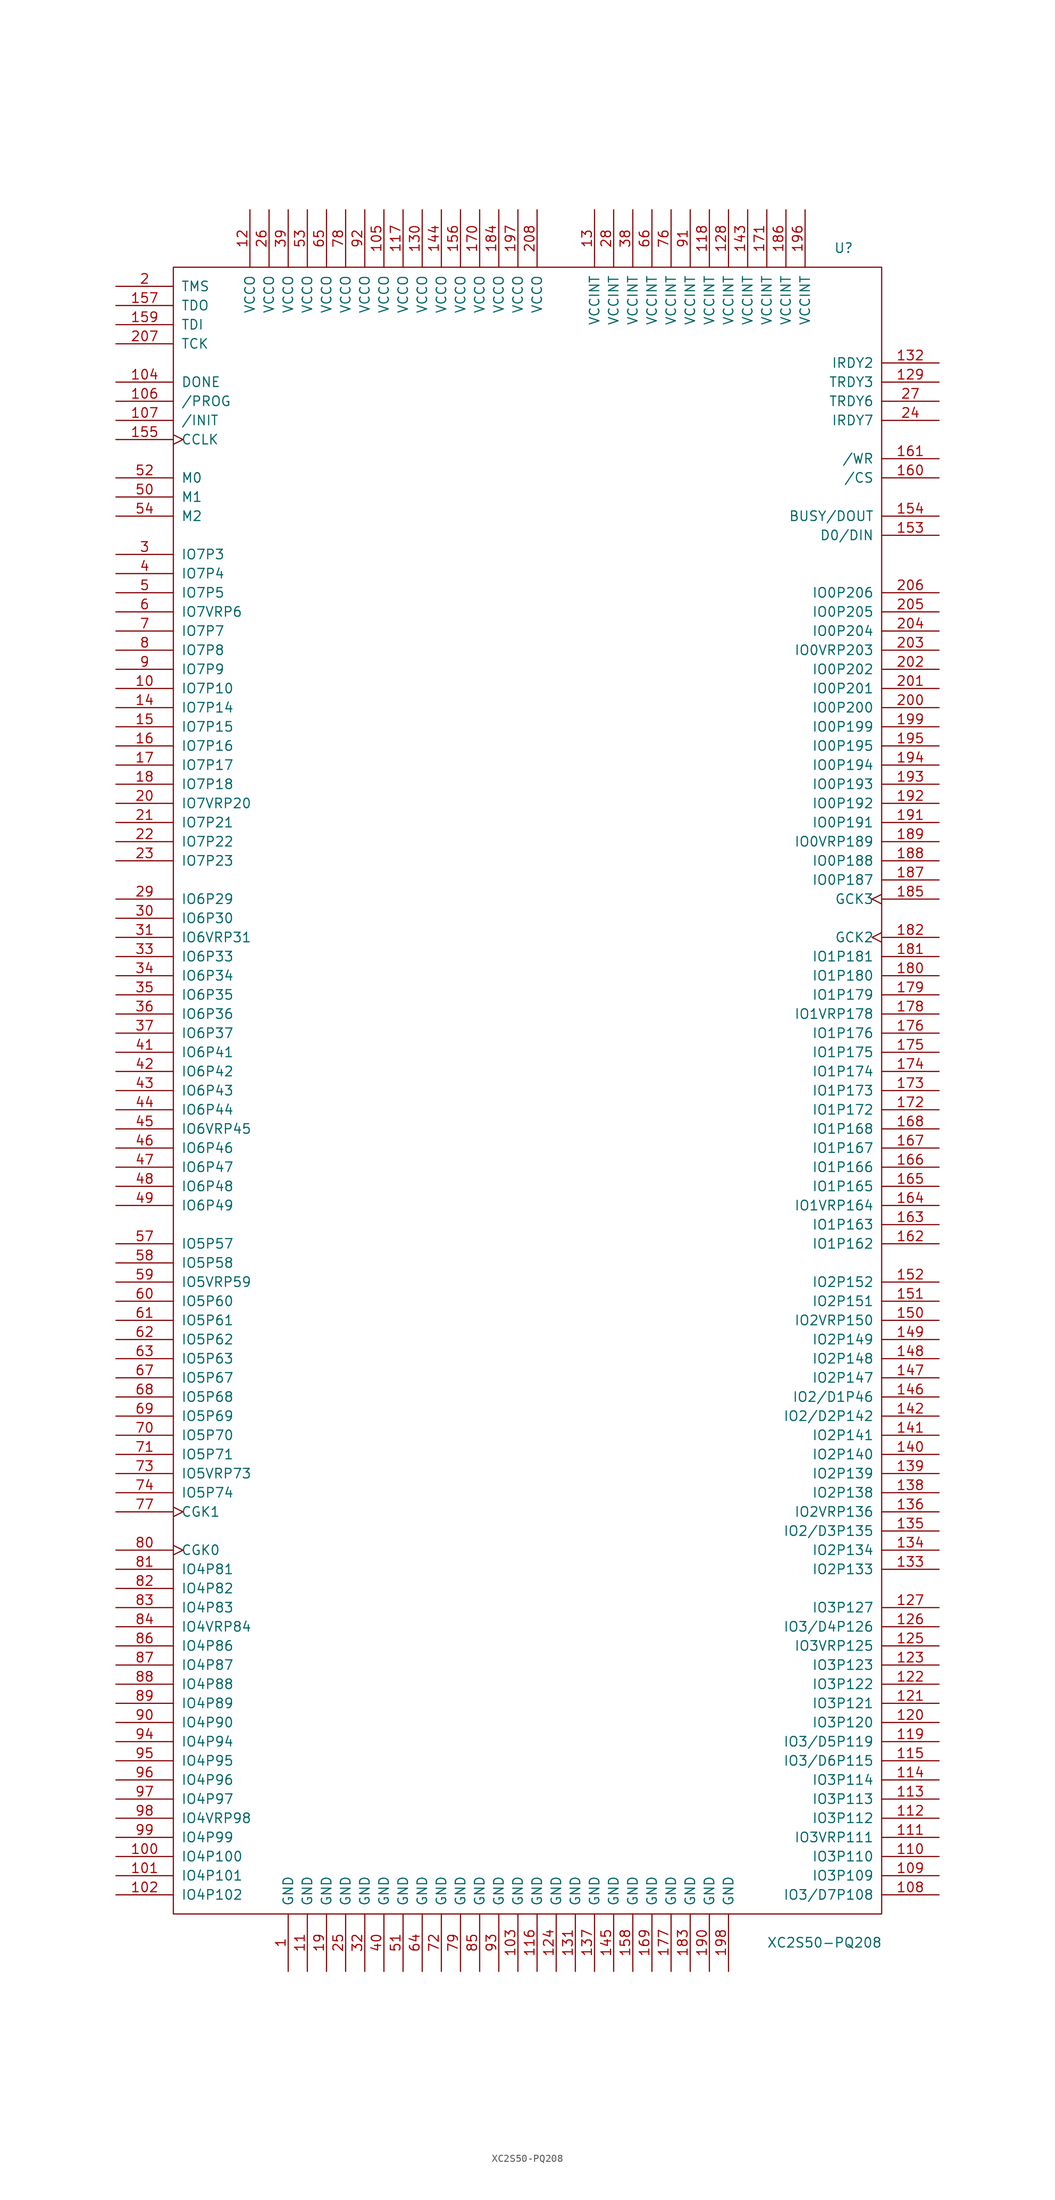
<source format=kicad_sym>
(kicad_symbol_lib
  (version 20201005)
  (generator kicad_symbol_editor)
  (symbol "XC2S50-PQ208"
    (pin_names
      (offset 1.016))
    (property "Reference" "U"
      (at 40.64 111.76 0)
      (effects (font (size 1.27 1.27)) (justify left)))
    (property "Value" "XC2S50-PQ208"
      (at 31.75 -113.03 0)
      (effects (font (size 1.27 1.27)) (justify left)))
    (symbol "XC2S50-PQ208_0_1"
      (rectangle (start -46.99 109.22) (end 46.99 -109.22) (stroke (width 0)) (fill (type none))))
    (symbol "XC2S50-PQ208_1_1"
      (pin passive line (at -31.75 -116.84 90) (length 7.62) (name "GND" (effects (font (size 1.27 1.27)))) (number "1" (effects (font (size 1.27 1.27)))))
      (pin bidirectional line (at -54.61 53.34 0) (length 7.62) (name "IO7P10" (effects (font (size 1.27 1.27)))) (number "10" (effects (font (size 1.27 1.27)))))
      (pin bidirectional line (at -54.61 -101.6 0) (length 7.62) (name "IO4P100" (effects (font (size 1.27 1.27)))) (number "100" (effects (font (size 1.27 1.27)))))
      (pin bidirectional line (at -54.61 -104.14 0) (length 7.62) (name "IO4P101" (effects (font (size 1.27 1.27)))) (number "101" (effects (font (size 1.27 1.27)))))
      (pin bidirectional line (at -54.61 -106.68 0) (length 7.62) (name "IO4P102" (effects (font (size 1.27 1.27)))) (number "102" (effects (font (size 1.27 1.27)))))
      (pin passive line (at -1.27 -116.84 90) (length 7.62) (name "GND" (effects (font (size 1.27 1.27)))) (number "103" (effects (font (size 1.27 1.27)))))
      (pin bidirectional line (at -54.61 93.98 0) (length 7.62) (name "DONE" (effects (font (size 1.27 1.27)))) (number "104" (effects (font (size 1.27 1.27)))))
      (pin passive line (at -19.05 116.84 270) (length 7.62) (name "VCCO" (effects (font (size 1.27 1.27)))) (number "105" (effects (font (size 1.27 1.27)))))
      (pin input line (at -54.61 91.44 0) (length 7.62) (name "/PROG" (effects (font (size 1.27 1.27)))) (number "106" (effects (font (size 1.27 1.27)))))
      (pin bidirectional line (at -54.61 88.9 0) (length 7.62) (name "/INIT" (effects (font (size 1.27 1.27)))) (number "107" (effects (font (size 1.27 1.27)))))
      (pin bidirectional line (at 54.61 -106.68 180) (length 7.62) (name "IO3/D7P108" (effects (font (size 1.27 1.27)))) (number "108" (effects (font (size 1.27 1.27)))))
      (pin bidirectional line (at 54.61 -104.14 180) (length 7.62) (name "IO3P109" (effects (font (size 1.27 1.27)))) (number "109" (effects (font (size 1.27 1.27)))))
      (pin passive line (at -29.21 -116.84 90) (length 7.62) (name "GND" (effects (font (size 1.27 1.27)))) (number "11" (effects (font (size 1.27 1.27)))))
      (pin bidirectional line (at 54.61 -101.6 180) (length 7.62) (name "IO3P110" (effects (font (size 1.27 1.27)))) (number "110" (effects (font (size 1.27 1.27)))))
      (pin bidirectional line (at 54.61 -99.06 180) (length 7.62) (name "IO3VRP111" (effects (font (size 1.27 1.27)))) (number "111" (effects (font (size 1.27 1.27)))))
      (pin bidirectional line (at 54.61 -96.52 180) (length 7.62) (name "IO3P112" (effects (font (size 1.27 1.27)))) (number "112" (effects (font (size 1.27 1.27)))))
      (pin bidirectional line (at 54.61 -93.98 180) (length 7.62) (name "IO3P113" (effects (font (size 1.27 1.27)))) (number "113" (effects (font (size 1.27 1.27)))))
      (pin bidirectional line (at 54.61 -91.44 180) (length 7.62) (name "IO3P114" (effects (font (size 1.27 1.27)))) (number "114" (effects (font (size 1.27 1.27)))))
      (pin bidirectional line (at 54.61 -88.9 180) (length 7.62) (name "IO3/D6P115" (effects (font (size 1.27 1.27)))) (number "115" (effects (font (size 1.27 1.27)))))
      (pin passive line (at 1.27 -116.84 90) (length 7.62) (name "GND" (effects (font (size 1.27 1.27)))) (number "116" (effects (font (size 1.27 1.27)))))
      (pin passive line (at -16.51 116.84 270) (length 7.62) (name "VCCO" (effects (font (size 1.27 1.27)))) (number "117" (effects (font (size 1.27 1.27)))))
      (pin passive line (at 24.13 116.84 270) (length 7.62) (name "VCCINT" (effects (font (size 1.27 1.27)))) (number "118" (effects (font (size 1.27 1.27)))))
      (pin bidirectional line (at 54.61 -86.36 180) (length 7.62) (name "IO3/D5P119" (effects (font (size 1.27 1.27)))) (number "119" (effects (font (size 1.27 1.27)))))
      (pin passive line (at -36.83 116.84 270) (length 7.62) (name "VCCO" (effects (font (size 1.27 1.27)))) (number "12" (effects (font (size 1.27 1.27)))))
      (pin bidirectional line (at 54.61 -83.82 180) (length 7.62) (name "IO3P120" (effects (font (size 1.27 1.27)))) (number "120" (effects (font (size 1.27 1.27)))))
      (pin bidirectional line (at 54.61 -81.28 180) (length 7.62) (name "IO3P121" (effects (font (size 1.27 1.27)))) (number "121" (effects (font (size 1.27 1.27)))))
      (pin bidirectional line (at 54.61 -78.74 180) (length 7.62) (name "IO3P122" (effects (font (size 1.27 1.27)))) (number "122" (effects (font (size 1.27 1.27)))))
      (pin bidirectional line (at 54.61 -76.2 180) (length 7.62) (name "IO3P123" (effects (font (size 1.27 1.27)))) (number "123" (effects (font (size 1.27 1.27)))))
      (pin passive line (at 3.81 -116.84 90) (length 7.62) (name "GND" (effects (font (size 1.27 1.27)))) (number "124" (effects (font (size 1.27 1.27)))))
      (pin bidirectional line (at 54.61 -73.66 180) (length 7.62) (name "IO3VRP125" (effects (font (size 1.27 1.27)))) (number "125" (effects (font (size 1.27 1.27)))))
      (pin bidirectional line (at 54.61 -71.12 180) (length 7.62) (name "IO3/D4P126" (effects (font (size 1.27 1.27)))) (number "126" (effects (font (size 1.27 1.27)))))
      (pin bidirectional line (at 54.61 -68.58 180) (length 7.62) (name "IO3P127" (effects (font (size 1.27 1.27)))) (number "127" (effects (font (size 1.27 1.27)))))
      (pin passive line (at 26.67 116.84 270) (length 7.62) (name "VCCINT" (effects (font (size 1.27 1.27)))) (number "128" (effects (font (size 1.27 1.27)))))
      (pin bidirectional line (at 54.61 93.98 180) (length 7.62) (name "TRDY3" (effects (font (size 1.27 1.27)))) (number "129" (effects (font (size 1.27 1.27)))))
      (pin passive line (at 8.89 116.84 270) (length 7.62) (name "VCCINT" (effects (font (size 1.27 1.27)))) (number "13" (effects (font (size 1.27 1.27)))))
      (pin passive line (at -13.97 116.84 270) (length 7.62) (name "VCCO" (effects (font (size 1.27 1.27)))) (number "130" (effects (font (size 1.27 1.27)))))
      (pin passive line (at 6.35 -116.84 90) (length 7.62) (name "GND" (effects (font (size 1.27 1.27)))) (number "131" (effects (font (size 1.27 1.27)))))
      (pin bidirectional line (at 54.61 96.52 180) (length 7.62) (name "IRDY2" (effects (font (size 1.27 1.27)))) (number "132" (effects (font (size 1.27 1.27)))))
      (pin bidirectional line (at 54.61 -63.5 180) (length 7.62) (name "IO2P133" (effects (font (size 1.27 1.27)))) (number "133" (effects (font (size 1.27 1.27)))))
      (pin bidirectional line (at 54.61 -60.96 180) (length 7.62) (name "IO2P134" (effects (font (size 1.27 1.27)))) (number "134" (effects (font (size 1.27 1.27)))))
      (pin bidirectional line (at 54.61 -58.42 180) (length 7.62) (name "IO2/D3P135" (effects (font (size 1.27 1.27)))) (number "135" (effects (font (size 1.27 1.27)))))
      (pin bidirectional line (at 54.61 -55.88 180) (length 7.62) (name "IO2VRP136" (effects (font (size 1.27 1.27)))) (number "136" (effects (font (size 1.27 1.27)))))
      (pin passive line (at 8.89 -116.84 90) (length 7.62) (name "GND" (effects (font (size 1.27 1.27)))) (number "137" (effects (font (size 1.27 1.27)))))
      (pin bidirectional line (at 54.61 -53.34 180) (length 7.62) (name "IO2P138" (effects (font (size 1.27 1.27)))) (number "138" (effects (font (size 1.27 1.27)))))
      (pin bidirectional line (at 54.61 -50.8 180) (length 7.62) (name "IO2P139" (effects (font (size 1.27 1.27)))) (number "139" (effects (font (size 1.27 1.27)))))
      (pin bidirectional line (at -54.61 50.8 0) (length 7.62) (name "IO7P14" (effects (font (size 1.27 1.27)))) (number "14" (effects (font (size 1.27 1.27)))))
      (pin bidirectional line (at 54.61 -48.26 180) (length 7.62) (name "IO2P140" (effects (font (size 1.27 1.27)))) (number "140" (effects (font (size 1.27 1.27)))))
      (pin bidirectional line (at 54.61 -45.72 180) (length 7.62) (name "IO2P141" (effects (font (size 1.27 1.27)))) (number "141" (effects (font (size 1.27 1.27)))))
      (pin bidirectional line (at 54.61 -43.18 180) (length 7.62) (name "IO2/D2P142" (effects (font (size 1.27 1.27)))) (number "142" (effects (font (size 1.27 1.27)))))
      (pin passive line (at 29.21 116.84 270) (length 7.62) (name "VCCINT" (effects (font (size 1.27 1.27)))) (number "143" (effects (font (size 1.27 1.27)))))
      (pin passive line (at -11.43 116.84 270) (length 7.62) (name "VCCO" (effects (font (size 1.27 1.27)))) (number "144" (effects (font (size 1.27 1.27)))))
      (pin passive line (at 11.43 -116.84 90) (length 7.62) (name "GND" (effects (font (size 1.27 1.27)))) (number "145" (effects (font (size 1.27 1.27)))))
      (pin bidirectional line (at 54.61 -40.64 180) (length 7.62) (name "IO2/D1P46" (effects (font (size 1.27 1.27)))) (number "146" (effects (font (size 1.27 1.27)))))
      (pin bidirectional line (at 54.61 -38.1 180) (length 7.62) (name "IO2P147" (effects (font (size 1.27 1.27)))) (number "147" (effects (font (size 1.27 1.27)))))
      (pin bidirectional line (at 54.61 -35.56 180) (length 7.62) (name "IO2P148" (effects (font (size 1.27 1.27)))) (number "148" (effects (font (size 1.27 1.27)))))
      (pin bidirectional line (at 54.61 -33.02 180) (length 7.62) (name "IO2P149" (effects (font (size 1.27 1.27)))) (number "149" (effects (font (size 1.27 1.27)))))
      (pin bidirectional line (at -54.61 48.26 0) (length 7.62) (name "IO7P15" (effects (font (size 1.27 1.27)))) (number "15" (effects (font (size 1.27 1.27)))))
      (pin bidirectional line (at 54.61 -30.48 180) (length 7.62) (name "IO2VRP150" (effects (font (size 1.27 1.27)))) (number "150" (effects (font (size 1.27 1.27)))))
      (pin bidirectional line (at 54.61 -27.94 180) (length 7.62) (name "IO2P151" (effects (font (size 1.27 1.27)))) (number "151" (effects (font (size 1.27 1.27)))))
      (pin bidirectional line (at 54.61 -25.4 180) (length 7.62) (name "IO2P152" (effects (font (size 1.27 1.27)))) (number "152" (effects (font (size 1.27 1.27)))))
      (pin bidirectional line (at 54.61 73.66 180) (length 7.62) (name "D0/DIN" (effects (font (size 1.27 1.27)))) (number "153" (effects (font (size 1.27 1.27)))))
      (pin bidirectional line (at 54.61 76.2 180) (length 7.62) (name "BUSY/DOUT" (effects (font (size 1.27 1.27)))) (number "154" (effects (font (size 1.27 1.27)))))
      (pin bidirectional clock (at -54.61 86.36 0) (length 7.62) (name "CCLK" (effects (font (size 1.27 1.27)))) (number "155" (effects (font (size 1.27 1.27)))))
      (pin passive line (at -8.89 116.84 270) (length 7.62) (name "VCCO" (effects (font (size 1.27 1.27)))) (number "156" (effects (font (size 1.27 1.27)))))
      (pin bidirectional line (at -54.61 104.14 0) (length 7.62) (name "TDO" (effects (font (size 1.27 1.27)))) (number "157" (effects (font (size 1.27 1.27)))))
      (pin passive line (at 13.97 -116.84 90) (length 7.62) (name "GND" (effects (font (size 1.27 1.27)))) (number "158" (effects (font (size 1.27 1.27)))))
      (pin bidirectional line (at -54.61 101.6 0) (length 7.62) (name "TDI" (effects (font (size 1.27 1.27)))) (number "159" (effects (font (size 1.27 1.27)))))
      (pin bidirectional line (at -54.61 45.72 0) (length 7.62) (name "IO7P16" (effects (font (size 1.27 1.27)))) (number "16" (effects (font (size 1.27 1.27)))))
      (pin bidirectional line (at 54.61 81.28 180) (length 7.62) (name "/CS" (effects (font (size 1.27 1.27)))) (number "160" (effects (font (size 1.27 1.27)))))
      (pin bidirectional line (at 54.61 83.82 180) (length 7.62) (name "/WR" (effects (font (size 1.27 1.27)))) (number "161" (effects (font (size 1.27 1.27)))))
      (pin bidirectional line (at 54.61 -20.32 180) (length 7.62) (name "IO1P162" (effects (font (size 1.27 1.27)))) (number "162" (effects (font (size 1.27 1.27)))))
      (pin bidirectional line (at 54.61 -17.78 180) (length 7.62) (name "IO1P163" (effects (font (size 1.27 1.27)))) (number "163" (effects (font (size 1.27 1.27)))))
      (pin bidirectional line (at 54.61 -15.24 180) (length 7.62) (name "IO1VRP164" (effects (font (size 1.27 1.27)))) (number "164" (effects (font (size 1.27 1.27)))))
      (pin bidirectional line (at 54.61 -12.7 180) (length 7.62) (name "IO1P165" (effects (font (size 1.27 1.27)))) (number "165" (effects (font (size 1.27 1.27)))))
      (pin bidirectional line (at 54.61 -10.16 180) (length 7.62) (name "IO1P166" (effects (font (size 1.27 1.27)))) (number "166" (effects (font (size 1.27 1.27)))))
      (pin bidirectional line (at 54.61 -7.62 180) (length 7.62) (name "IO1P167" (effects (font (size 1.27 1.27)))) (number "167" (effects (font (size 1.27 1.27)))))
      (pin bidirectional line (at 54.61 -5.08 180) (length 7.62) (name "IO1P168" (effects (font (size 1.27 1.27)))) (number "168" (effects (font (size 1.27 1.27)))))
      (pin passive line (at 16.51 -116.84 90) (length 7.62) (name "GND" (effects (font (size 1.27 1.27)))) (number "169" (effects (font (size 1.27 1.27)))))
      (pin bidirectional line (at -54.61 43.18 0) (length 7.62) (name "IO7P17" (effects (font (size 1.27 1.27)))) (number "17" (effects (font (size 1.27 1.27)))))
      (pin passive line (at -6.35 116.84 270) (length 7.62) (name "VCCO" (effects (font (size 1.27 1.27)))) (number "170" (effects (font (size 1.27 1.27)))))
      (pin passive line (at 31.75 116.84 270) (length 7.62) (name "VCCINT" (effects (font (size 1.27 1.27)))) (number "171" (effects (font (size 1.27 1.27)))))
      (pin bidirectional line (at 54.61 -2.54 180) (length 7.62) (name "IO1P172" (effects (font (size 1.27 1.27)))) (number "172" (effects (font (size 1.27 1.27)))))
      (pin bidirectional line (at 54.61 0 180) (length 7.62) (name "IO1P173" (effects (font (size 1.27 1.27)))) (number "173" (effects (font (size 1.27 1.27)))))
      (pin bidirectional line (at 54.61 2.54 180) (length 7.62) (name "IO1P174" (effects (font (size 1.27 1.27)))) (number "174" (effects (font (size 1.27 1.27)))))
      (pin bidirectional line (at 54.61 5.08 180) (length 7.62) (name "IO1P175" (effects (font (size 1.27 1.27)))) (number "175" (effects (font (size 1.27 1.27)))))
      (pin bidirectional line (at 54.61 7.62 180) (length 7.62) (name "IO1P176" (effects (font (size 1.27 1.27)))) (number "176" (effects (font (size 1.27 1.27)))))
      (pin passive line (at 19.05 -116.84 90) (length 7.62) (name "GND" (effects (font (size 1.27 1.27)))) (number "177" (effects (font (size 1.27 1.27)))))
      (pin bidirectional line (at 54.61 10.16 180) (length 7.62) (name "IO1VRP178" (effects (font (size 1.27 1.27)))) (number "178" (effects (font (size 1.27 1.27)))))
      (pin bidirectional line (at 54.61 12.7 180) (length 7.62) (name "IO1P179" (effects (font (size 1.27 1.27)))) (number "179" (effects (font (size 1.27 1.27)))))
      (pin bidirectional line (at -54.61 40.64 0) (length 7.62) (name "IO7P18" (effects (font (size 1.27 1.27)))) (number "18" (effects (font (size 1.27 1.27)))))
      (pin bidirectional line (at 54.61 15.24 180) (length 7.62) (name "IO1P180" (effects (font (size 1.27 1.27)))) (number "180" (effects (font (size 1.27 1.27)))))
      (pin bidirectional line (at 54.61 17.78 180) (length 7.62) (name "IO1P181" (effects (font (size 1.27 1.27)))) (number "181" (effects (font (size 1.27 1.27)))))
      (pin input clock (at 54.61 20.32 180) (length 7.62) (name "GCK2" (effects (font (size 1.27 1.27)))) (number "182" (effects (font (size 1.27 1.27)))))
      (pin passive line (at 21.59 -116.84 90) (length 7.62) (name "GND" (effects (font (size 1.27 1.27)))) (number "183" (effects (font (size 1.27 1.27)))))
      (pin passive line (at -3.81 116.84 270) (length 7.62) (name "VCCO" (effects (font (size 1.27 1.27)))) (number "184" (effects (font (size 1.27 1.27)))))
      (pin input clock (at 54.61 25.4 180) (length 7.62) (name "GCK3" (effects (font (size 1.27 1.27)))) (number "185" (effects (font (size 1.27 1.27)))))
      (pin passive line (at 34.29 116.84 270) (length 7.62) (name "VCCINT" (effects (font (size 1.27 1.27)))) (number "186" (effects (font (size 1.27 1.27)))))
      (pin bidirectional line (at 54.61 27.94 180) (length 7.62) (name "IO0P187" (effects (font (size 1.27 1.27)))) (number "187" (effects (font (size 1.27 1.27)))))
      (pin bidirectional line (at 54.61 30.48 180) (length 7.62) (name "IO0P188" (effects (font (size 1.27 1.27)))) (number "188" (effects (font (size 1.27 1.27)))))
      (pin bidirectional line (at 54.61 33.02 180) (length 7.62) (name "IO0VRP189" (effects (font (size 1.27 1.27)))) (number "189" (effects (font (size 1.27 1.27)))))
      (pin passive line (at -26.67 -116.84 90) (length 7.62) (name "GND" (effects (font (size 1.27 1.27)))) (number "19" (effects (font (size 1.27 1.27)))))
      (pin passive line (at 24.13 -116.84 90) (length 7.62) (name "GND" (effects (font (size 1.27 1.27)))) (number "190" (effects (font (size 1.27 1.27)))))
      (pin bidirectional line (at 54.61 35.56 180) (length 7.62) (name "IO0P191" (effects (font (size 1.27 1.27)))) (number "191" (effects (font (size 1.27 1.27)))))
      (pin bidirectional line (at 54.61 38.1 180) (length 7.62) (name "IO0P192" (effects (font (size 1.27 1.27)))) (number "192" (effects (font (size 1.27 1.27)))))
      (pin bidirectional line (at 54.61 40.64 180) (length 7.62) (name "IO0P193" (effects (font (size 1.27 1.27)))) (number "193" (effects (font (size 1.27 1.27)))))
      (pin bidirectional line (at 54.61 43.18 180) (length 7.62) (name "IO0P194" (effects (font (size 1.27 1.27)))) (number "194" (effects (font (size 1.27 1.27)))))
      (pin bidirectional line (at 54.61 45.72 180) (length 7.62) (name "IO0P195" (effects (font (size 1.27 1.27)))) (number "195" (effects (font (size 1.27 1.27)))))
      (pin passive line (at 36.83 116.84 270) (length 7.62) (name "VCCINT" (effects (font (size 1.27 1.27)))) (number "196" (effects (font (size 1.27 1.27)))))
      (pin passive line (at -1.27 116.84 270) (length 7.62) (name "VCCO" (effects (font (size 1.27 1.27)))) (number "197" (effects (font (size 1.27 1.27)))))
      (pin passive line (at 26.67 -116.84 90) (length 7.62) (name "GND" (effects (font (size 1.27 1.27)))) (number "198" (effects (font (size 1.27 1.27)))))
      (pin bidirectional line (at 54.61 48.26 180) (length 7.62) (name "IO0P199" (effects (font (size 1.27 1.27)))) (number "199" (effects (font (size 1.27 1.27)))))
      (pin bidirectional line (at -54.61 106.68 0) (length 7.62) (name "TMS" (effects (font (size 1.27 1.27)))) (number "2" (effects (font (size 1.27 1.27)))))
      (pin bidirectional line (at -54.61 38.1 0) (length 7.62) (name "IO7VRP20" (effects (font (size 1.27 1.27)))) (number "20" (effects (font (size 1.27 1.27)))))
      (pin bidirectional line (at 54.61 50.8 180) (length 7.62) (name "IO0P200" (effects (font (size 1.27 1.27)))) (number "200" (effects (font (size 1.27 1.27)))))
      (pin bidirectional line (at 54.61 53.34 180) (length 7.62) (name "IO0P201" (effects (font (size 1.27 1.27)))) (number "201" (effects (font (size 1.27 1.27)))))
      (pin bidirectional line (at 54.61 55.88 180) (length 7.62) (name "IO0P202" (effects (font (size 1.27 1.27)))) (number "202" (effects (font (size 1.27 1.27)))))
      (pin bidirectional line (at 54.61 58.42 180) (length 7.62) (name "IO0VRP203" (effects (font (size 1.27 1.27)))) (number "203" (effects (font (size 1.27 1.27)))))
      (pin bidirectional line (at 54.61 60.96 180) (length 7.62) (name "IO0P204" (effects (font (size 1.27 1.27)))) (number "204" (effects (font (size 1.27 1.27)))))
      (pin bidirectional line (at 54.61 63.5 180) (length 7.62) (name "IO0P205" (effects (font (size 1.27 1.27)))) (number "205" (effects (font (size 1.27 1.27)))))
      (pin bidirectional line (at 54.61 66.04 180) (length 7.62) (name "IO0P206" (effects (font (size 1.27 1.27)))) (number "206" (effects (font (size 1.27 1.27)))))
      (pin bidirectional line (at -54.61 99.06 0) (length 7.62) (name "TCK" (effects (font (size 1.27 1.27)))) (number "207" (effects (font (size 1.27 1.27)))))
      (pin passive line (at 1.27 116.84 270) (length 7.62) (name "VCCO" (effects (font (size 1.27 1.27)))) (number "208" (effects (font (size 1.27 1.27)))))
      (pin bidirectional line (at -54.61 35.56 0) (length 7.62) (name "IO7P21" (effects (font (size 1.27 1.27)))) (number "21" (effects (font (size 1.27 1.27)))))
      (pin bidirectional line (at -54.61 33.02 0) (length 7.62) (name "IO7P22" (effects (font (size 1.27 1.27)))) (number "22" (effects (font (size 1.27 1.27)))))
      (pin bidirectional line (at -54.61 30.48 0) (length 7.62) (name "IO7P23" (effects (font (size 1.27 1.27)))) (number "23" (effects (font (size 1.27 1.27)))))
      (pin bidirectional line (at 54.61 88.9 180) (length 7.62) (name "IRDY7" (effects (font (size 1.27 1.27)))) (number "24" (effects (font (size 1.27 1.27)))))
      (pin passive line (at -24.13 -116.84 90) (length 7.62) (name "GND" (effects (font (size 1.27 1.27)))) (number "25" (effects (font (size 1.27 1.27)))))
      (pin passive line (at -34.29 116.84 270) (length 7.62) (name "VCCO" (effects (font (size 1.27 1.27)))) (number "26" (effects (font (size 1.27 1.27)))))
      (pin bidirectional line (at 54.61 91.44 180) (length 7.62) (name "TRDY6" (effects (font (size 1.27 1.27)))) (number "27" (effects (font (size 1.27 1.27)))))
      (pin passive line (at 11.43 116.84 270) (length 7.62) (name "VCCINT" (effects (font (size 1.27 1.27)))) (number "28" (effects (font (size 1.27 1.27)))))
      (pin bidirectional line (at -54.61 25.4 0) (length 7.62) (name "IO6P29" (effects (font (size 1.27 1.27)))) (number "29" (effects (font (size 1.27 1.27)))))
      (pin bidirectional line (at -54.61 71.12 0) (length 7.62) (name "IO7P3" (effects (font (size 1.27 1.27)))) (number "3" (effects (font (size 1.27 1.27)))))
      (pin bidirectional line (at -54.61 22.86 0) (length 7.62) (name "IO6P30" (effects (font (size 1.27 1.27)))) (number "30" (effects (font (size 1.27 1.27)))))
      (pin bidirectional line (at -54.61 20.32 0) (length 7.62) (name "IO6VRP31" (effects (font (size 1.27 1.27)))) (number "31" (effects (font (size 1.27 1.27)))))
      (pin passive line (at -21.59 -116.84 90) (length 7.62) (name "GND" (effects (font (size 1.27 1.27)))) (number "32" (effects (font (size 1.27 1.27)))))
      (pin bidirectional line (at -54.61 17.78 0) (length 7.62) (name "IO6P33" (effects (font (size 1.27 1.27)))) (number "33" (effects (font (size 1.27 1.27)))))
      (pin bidirectional line (at -54.61 15.24 0) (length 7.62) (name "IO6P34" (effects (font (size 1.27 1.27)))) (number "34" (effects (font (size 1.27 1.27)))))
      (pin bidirectional line (at -54.61 12.7 0) (length 7.62) (name "IO6P35" (effects (font (size 1.27 1.27)))) (number "35" (effects (font (size 1.27 1.27)))))
      (pin bidirectional line (at -54.61 10.16 0) (length 7.62) (name "IO6P36" (effects (font (size 1.27 1.27)))) (number "36" (effects (font (size 1.27 1.27)))))
      (pin bidirectional line (at -54.61 7.62 0) (length 7.62) (name "IO6P37" (effects (font (size 1.27 1.27)))) (number "37" (effects (font (size 1.27 1.27)))))
      (pin passive line (at 13.97 116.84 270) (length 7.62) (name "VCCINT" (effects (font (size 1.27 1.27)))) (number "38" (effects (font (size 1.27 1.27)))))
      (pin passive line (at -31.75 116.84 270) (length 7.62) (name "VCCO" (effects (font (size 1.27 1.27)))) (number "39" (effects (font (size 1.27 1.27)))))
      (pin bidirectional line (at -54.61 68.58 0) (length 7.62) (name "IO7P4" (effects (font (size 1.27 1.27)))) (number "4" (effects (font (size 1.27 1.27)))))
      (pin passive line (at -19.05 -116.84 90) (length 7.62) (name "GND" (effects (font (size 1.27 1.27)))) (number "40" (effects (font (size 1.27 1.27)))))
      (pin bidirectional line (at -54.61 5.08 0) (length 7.62) (name "IO6P41" (effects (font (size 1.27 1.27)))) (number "41" (effects (font (size 1.27 1.27)))))
      (pin bidirectional line (at -54.61 2.54 0) (length 7.62) (name "IO6P42" (effects (font (size 1.27 1.27)))) (number "42" (effects (font (size 1.27 1.27)))))
      (pin bidirectional line (at -54.61 0 0) (length 7.62) (name "IO6P43" (effects (font (size 1.27 1.27)))) (number "43" (effects (font (size 1.27 1.27)))))
      (pin bidirectional line (at -54.61 -2.54 0) (length 7.62) (name "IO6P44" (effects (font (size 1.27 1.27)))) (number "44" (effects (font (size 1.27 1.27)))))
      (pin bidirectional line (at -54.61 -5.08 0) (length 7.62) (name "IO6VRP45" (effects (font (size 1.27 1.27)))) (number "45" (effects (font (size 1.27 1.27)))))
      (pin bidirectional line (at -54.61 -7.62 0) (length 7.62) (name "IO6P46" (effects (font (size 1.27 1.27)))) (number "46" (effects (font (size 1.27 1.27)))))
      (pin bidirectional line (at -54.61 -10.16 0) (length 7.62) (name "IO6P47" (effects (font (size 1.27 1.27)))) (number "47" (effects (font (size 1.27 1.27)))))
      (pin bidirectional line (at -54.61 -12.7 0) (length 7.62) (name "IO6P48" (effects (font (size 1.27 1.27)))) (number "48" (effects (font (size 1.27 1.27)))))
      (pin bidirectional line (at -54.61 -15.24 0) (length 7.62) (name "IO6P49" (effects (font (size 1.27 1.27)))) (number "49" (effects (font (size 1.27 1.27)))))
      (pin bidirectional line (at -54.61 66.04 0) (length 7.62) (name "IO7P5" (effects (font (size 1.27 1.27)))) (number "5" (effects (font (size 1.27 1.27)))))
      (pin input line (at -54.61 78.74 0) (length 7.62) (name "M1" (effects (font (size 1.27 1.27)))) (number "50" (effects (font (size 1.27 1.27)))))
      (pin passive line (at -16.51 -116.84 90) (length 7.62) (name "GND" (effects (font (size 1.27 1.27)))) (number "51" (effects (font (size 1.27 1.27)))))
      (pin input line (at -54.61 81.28 0) (length 7.62) (name "M0" (effects (font (size 1.27 1.27)))) (number "52" (effects (font (size 1.27 1.27)))))
      (pin passive line (at -29.21 116.84 270) (length 7.62) (name "VCCO" (effects (font (size 1.27 1.27)))) (number "53" (effects (font (size 1.27 1.27)))))
      (pin input line (at -54.61 76.2 0) (length 7.62) (name "M2" (effects (font (size 1.27 1.27)))) (number "54" (effects (font (size 1.27 1.27)))))
      (pin bidirectional line (at -54.61 -20.32 0) (length 7.62) (name "IO5P57" (effects (font (size 1.27 1.27)))) (number "57" (effects (font (size 1.27 1.27)))))
      (pin bidirectional line (at -54.61 -22.86 0) (length 7.62) (name "IO5P58" (effects (font (size 1.27 1.27)))) (number "58" (effects (font (size 1.27 1.27)))))
      (pin bidirectional line (at -54.61 -25.4 0) (length 7.62) (name "IO5VRP59" (effects (font (size 1.27 1.27)))) (number "59" (effects (font (size 1.27 1.27)))))
      (pin bidirectional line (at -54.61 63.5 0) (length 7.62) (name "IO7VRP6" (effects (font (size 1.27 1.27)))) (number "6" (effects (font (size 1.27 1.27)))))
      (pin bidirectional line (at -54.61 -27.94 0) (length 7.62) (name "IO5P60" (effects (font (size 1.27 1.27)))) (number "60" (effects (font (size 1.27 1.27)))))
      (pin bidirectional line (at -54.61 -30.48 0) (length 7.62) (name "IO5P61" (effects (font (size 1.27 1.27)))) (number "61" (effects (font (size 1.27 1.27)))))
      (pin bidirectional line (at -54.61 -33.02 0) (length 7.62) (name "IO5P62" (effects (font (size 1.27 1.27)))) (number "62" (effects (font (size 1.27 1.27)))))
      (pin bidirectional line (at -54.61 -35.56 0) (length 7.62) (name "IO5P63" (effects (font (size 1.27 1.27)))) (number "63" (effects (font (size 1.27 1.27)))))
      (pin passive line (at -13.97 -116.84 90) (length 7.62) (name "GND" (effects (font (size 1.27 1.27)))) (number "64" (effects (font (size 1.27 1.27)))))
      (pin passive line (at -26.67 116.84 270) (length 7.62) (name "VCCO" (effects (font (size 1.27 1.27)))) (number "65" (effects (font (size 1.27 1.27)))))
      (pin passive line (at 16.51 116.84 270) (length 7.62) (name "VCCINT" (effects (font (size 1.27 1.27)))) (number "66" (effects (font (size 1.27 1.27)))))
      (pin bidirectional line (at -54.61 -38.1 0) (length 7.62) (name "IO5P67" (effects (font (size 1.27 1.27)))) (number "67" (effects (font (size 1.27 1.27)))))
      (pin bidirectional line (at -54.61 -40.64 0) (length 7.62) (name "IO5P68" (effects (font (size 1.27 1.27)))) (number "68" (effects (font (size 1.27 1.27)))))
      (pin bidirectional line (at -54.61 -43.18 0) (length 7.62) (name "IO5P69" (effects (font (size 1.27 1.27)))) (number "69" (effects (font (size 1.27 1.27)))))
      (pin bidirectional line (at -54.61 60.96 0) (length 7.62) (name "IO7P7" (effects (font (size 1.27 1.27)))) (number "7" (effects (font (size 1.27 1.27)))))
      (pin bidirectional line (at -54.61 -45.72 0) (length 7.62) (name "IO5P70" (effects (font (size 1.27 1.27)))) (number "70" (effects (font (size 1.27 1.27)))))
      (pin bidirectional line (at -54.61 -48.26 0) (length 7.62) (name "IO5P71" (effects (font (size 1.27 1.27)))) (number "71" (effects (font (size 1.27 1.27)))))
      (pin passive line (at -11.43 -116.84 90) (length 7.62) (name "GND" (effects (font (size 1.27 1.27)))) (number "72" (effects (font (size 1.27 1.27)))))
      (pin bidirectional line (at -54.61 -50.8 0) (length 7.62) (name "IO5VRP73" (effects (font (size 1.27 1.27)))) (number "73" (effects (font (size 1.27 1.27)))))
      (pin bidirectional line (at -54.61 -53.34 0) (length 7.62) (name "IO5P74" (effects (font (size 1.27 1.27)))) (number "74" (effects (font (size 1.27 1.27)))))
      (pin passive line (at 19.05 116.84 270) (length 7.62) (name "VCCINT" (effects (font (size 1.27 1.27)))) (number "76" (effects (font (size 1.27 1.27)))))
      (pin input clock (at -54.61 -55.88 0) (length 7.62) (name "CGK1" (effects (font (size 1.27 1.27)))) (number "77" (effects (font (size 1.27 1.27)))))
      (pin passive line (at -24.13 116.84 270) (length 7.62) (name "VCCO" (effects (font (size 1.27 1.27)))) (number "78" (effects (font (size 1.27 1.27)))))
      (pin passive line (at -8.89 -116.84 90) (length 7.62) (name "GND" (effects (font (size 1.27 1.27)))) (number "79" (effects (font (size 1.27 1.27)))))
      (pin bidirectional line (at -54.61 58.42 0) (length 7.62) (name "IO7P8" (effects (font (size 1.27 1.27)))) (number "8" (effects (font (size 1.27 1.27)))))
      (pin input clock (at -54.61 -60.96 0) (length 7.62) (name "CGK0" (effects (font (size 1.27 1.27)))) (number "80" (effects (font (size 1.27 1.27)))))
      (pin bidirectional line (at -54.61 -63.5 0) (length 7.62) (name "IO4P81" (effects (font (size 1.27 1.27)))) (number "81" (effects (font (size 1.27 1.27)))))
      (pin bidirectional line (at -54.61 -66.04 0) (length 7.62) (name "IO4P82" (effects (font (size 1.27 1.27)))) (number "82" (effects (font (size 1.27 1.27)))))
      (pin bidirectional line (at -54.61 -68.58 0) (length 7.62) (name "IO4P83" (effects (font (size 1.27 1.27)))) (number "83" (effects (font (size 1.27 1.27)))))
      (pin bidirectional line (at -54.61 -71.12 0) (length 7.62) (name "IO4VRP84" (effects (font (size 1.27 1.27)))) (number "84" (effects (font (size 1.27 1.27)))))
      (pin passive line (at -6.35 -116.84 90) (length 7.62) (name "GND" (effects (font (size 1.27 1.27)))) (number "85" (effects (font (size 1.27 1.27)))))
      (pin bidirectional line (at -54.61 -73.66 0) (length 7.62) (name "IO4P86" (effects (font (size 1.27 1.27)))) (number "86" (effects (font (size 1.27 1.27)))))
      (pin bidirectional line (at -54.61 -76.2 0) (length 7.62) (name "IO4P87" (effects (font (size 1.27 1.27)))) (number "87" (effects (font (size 1.27 1.27)))))
      (pin bidirectional line (at -54.61 -78.74 0) (length 7.62) (name "IO4P88" (effects (font (size 1.27 1.27)))) (number "88" (effects (font (size 1.27 1.27)))))
      (pin bidirectional line (at -54.61 -81.28 0) (length 7.62) (name "IO4P89" (effects (font (size 1.27 1.27)))) (number "89" (effects (font (size 1.27 1.27)))))
      (pin bidirectional line (at -54.61 55.88 0) (length 7.62) (name "IO7P9" (effects (font (size 1.27 1.27)))) (number "9" (effects (font (size 1.27 1.27)))))
      (pin bidirectional line (at -54.61 -83.82 0) (length 7.62) (name "IO4P90" (effects (font (size 1.27 1.27)))) (number "90" (effects (font (size 1.27 1.27)))))
      (pin passive line (at 21.59 116.84 270) (length 7.62) (name "VCCINT" (effects (font (size 1.27 1.27)))) (number "91" (effects (font (size 1.27 1.27)))))
      (pin passive line (at -21.59 116.84 270) (length 7.62) (name "VCCO" (effects (font (size 1.27 1.27)))) (number "92" (effects (font (size 1.27 1.27)))))
      (pin passive line (at -3.81 -116.84 90) (length 7.62) (name "GND" (effects (font (size 1.27 1.27)))) (number "93" (effects (font (size 1.27 1.27)))))
      (pin bidirectional line (at -54.61 -86.36 0) (length 7.62) (name "IO4P94" (effects (font (size 1.27 1.27)))) (number "94" (effects (font (size 1.27 1.27)))))
      (pin bidirectional line (at -54.61 -88.9 0) (length 7.62) (name "IO4P95" (effects (font (size 1.27 1.27)))) (number "95" (effects (font (size 1.27 1.27)))))
      (pin bidirectional line (at -54.61 -91.44 0) (length 7.62) (name "IO4P96" (effects (font (size 1.27 1.27)))) (number "96" (effects (font (size 1.27 1.27)))))
      (pin bidirectional line (at -54.61 -93.98 0) (length 7.62) (name "IO4P97" (effects (font (size 1.27 1.27)))) (number "97" (effects (font (size 1.27 1.27)))))
      (pin bidirectional line (at -54.61 -96.52 0) (length 7.62) (name "IO4VRP98" (effects (font (size 1.27 1.27)))) (number "98" (effects (font (size 1.27 1.27)))))
      (pin bidirectional line (at -54.61 -99.06 0) (length 7.62) (name "IO4P99" (effects (font (size 1.27 1.27)))) (number "99" (effects (font (size 1.27 1.27))))))))
</source>
